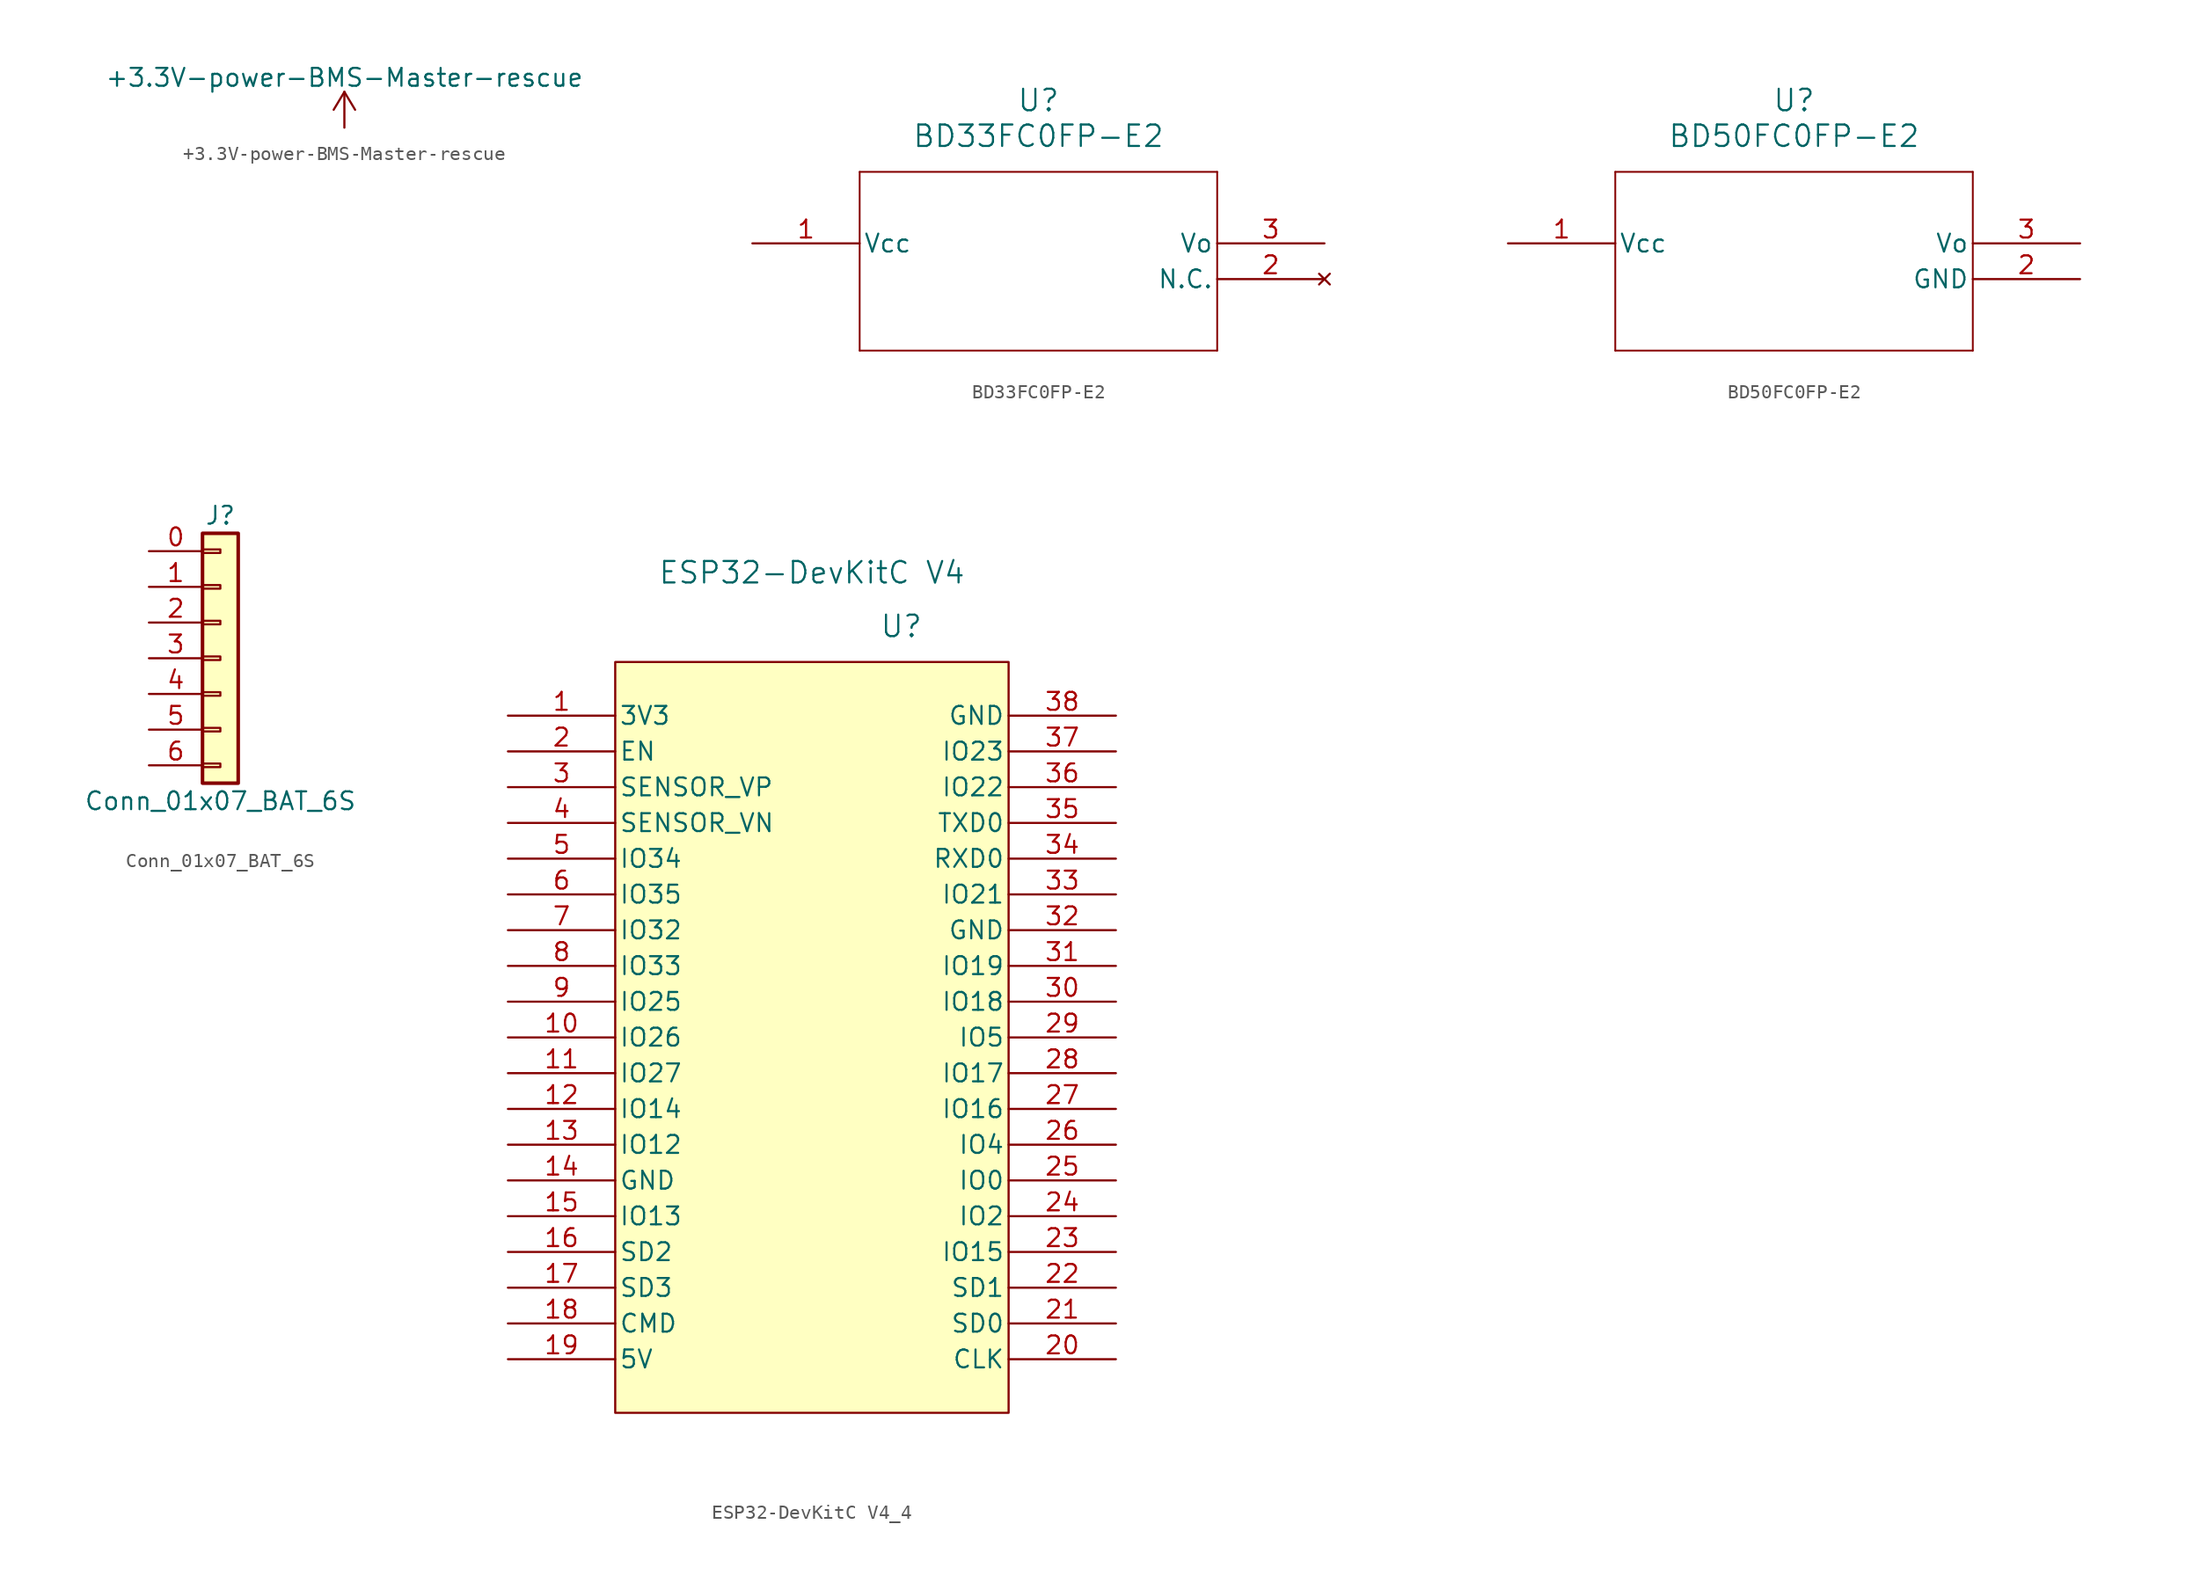
<source format=kicad_sym>
(kicad_symbol_lib
  (version 20231120)
  (generator "kicad_symbol_editor")
  (generator_version "8.0")
  (symbol "+3.3V-power-BMS-Master-rescue"
    (power)
    (pin_names
      (offset 0))
    (property "Reference" "#PWR"
      (at 0 -3.81 0)
      (effects (font (size 1.27 1.27)) (hide yes)))
    (property "Value" "+3.3V-power-BMS-Master-rescue"
      (at 0 3.556 0)
      (effects (font (size 1.27 1.27))))
    (symbol "+3.3V-power-BMS-Master-rescue_0_1"
      (polyline (pts (xy -0.762 1.27) (xy 0 2.54)) (stroke (width 0) (type solid)) (fill (type none)))
      (polyline (pts (xy 0 0) (xy 0 2.54)) (stroke (width 0) (type solid)) (fill (type none)))
      (polyline (pts (xy 0 2.54) (xy 0.762 1.27)) (stroke (width 0) (type solid)) (fill (type none))))
    (symbol "+3.3V-power-BMS-Master-rescue_1_1"
      (pin power_in line (at 0 0 90) (length 0) hide (name "+3V3" (effects (font (size 1.27 1.27)))) (number "1" (effects (font (size 1.27 1.27)))))))
  (symbol "BD33FC0FP-E2"
    (pin_names
      (offset 0.254))
    (property "Reference" "U"
      (at 20.32 10.16 0)
      (effects (font (size 1.524 1.524))))
    (property "Value" "BD33FC0FP-E2"
      (at 20.32 7.62 0)
      (effects (font (size 1.524 1.524))))
    (symbol "BD33FC0FP-E2_0_1"
      (polyline (pts (xy 7.62 -7.62) (xy 33.02 -7.62)) (stroke (width 0.127) (type default)) (fill (type none)))
      (polyline (pts (xy 7.62 5.08) (xy 7.62 -7.62)) (stroke (width 0.127) (type default)) (fill (type none)))
      (polyline (pts (xy 33.02 -7.62) (xy 33.02 5.08)) (stroke (width 0.127) (type default)) (fill (type none)))
      (polyline (pts (xy 33.02 5.08) (xy 7.62 5.08)) (stroke (width 0.127) (type default)) (fill (type none)))
      (pin power_in line (at 0 0 0) (length 7.62) (name "Vcc" (effects (font (size 1.27 1.27)))) (number "1" (effects (font (size 1.27 1.27)))))
      (pin no_connect line (at 40.64 -2.54 180) (length 7.62) (name "N.C." (effects (font (size 1.27 1.27)))) (number "2" (effects (font (size 1.27 1.27)))))
      (pin unspecified line (at 40.64 0 180) (length 7.62) (name "Vo" (effects (font (size 1.27 1.27)))) (number "3" (effects (font (size 1.27 1.27)))))))
  (symbol "BD50FC0FP-E2"
    (pin_names
      (offset 0.254))
    (property "Reference" "U"
      (at 20.32 10.16 0)
      (effects (font (size 1.524 1.524))))
    (property "Value" "BD50FC0FP-E2"
      (at 20.32 7.62 0)
      (effects (font (size 1.524 1.524))))
    (symbol "BD50FC0FP-E2_0_1"
      (polyline (pts (xy 7.62 -7.62) (xy 33.02 -7.62)) (stroke (width 0.127) (type default)) (fill (type none)))
      (polyline (pts (xy 7.62 5.08) (xy 7.62 -7.62)) (stroke (width 0.127) (type default)) (fill (type none)))
      (polyline (pts (xy 33.02 -7.62) (xy 33.02 5.08)) (stroke (width 0.127) (type default)) (fill (type none)))
      (polyline (pts (xy 33.02 5.08) (xy 7.62 5.08)) (stroke (width 0.127) (type default)) (fill (type none)))
      (pin power_in line (at 0 0 0) (length 7.62) (name "Vcc" (effects (font (size 1.27 1.27)))) (number "1" (effects (font (size 1.27 1.27)))))
      (pin unspecified line (at 40.64 0 180) (length 7.62) (name "Vo" (effects (font (size 1.27 1.27)))) (number "3" (effects (font (size 1.27 1.27))))))
    (symbol "BD50FC0FP-E2_1_1"
      (pin output line (at 40.64 -2.54 180) (length 7.62) (name "GND" (effects (font (size 1.27 1.27)))) (number "2" (effects (font (size 1.27 1.27)))))))
  (symbol "Conn_01x07_BAT_6S"
    (pin_names
      (offset 1.016) hide)
    (property "Reference" "J"
      (at 0 10.16 0)
      (effects (font (size 1.27 1.27))))
    (property "Value" "Conn_01x07_BAT_6S"
      (at 0 -10.16 0)
      (effects (font (size 1.27 1.27))))
    (symbol "Conn_01x07_BAT_6S_1_1"
      (rectangle (start -1.27 -7.493) (end 0 -7.747) (stroke (width 0.152) (type default)) (fill (type none)))
      (rectangle (start -1.27 -4.953) (end 0 -5.207) (stroke (width 0.152) (type default)) (fill (type none)))
      (rectangle (start -1.27 -2.413) (end 0 -2.667) (stroke (width 0.152) (type default)) (fill (type none)))
      (rectangle (start -1.27 0.127) (end 0 -0.127) (stroke (width 0.152) (type default)) (fill (type none)))
      (rectangle (start -1.27 2.667) (end 0 2.413) (stroke (width 0.152) (type default)) (fill (type none)))
      (rectangle (start -1.27 5.207) (end 0 4.953) (stroke (width 0.152) (type default)) (fill (type none)))
      (rectangle (start -1.27 7.747) (end 0 7.493) (stroke (width 0.152) (type default)) (fill (type none)))
      (rectangle (start -1.27 8.89) (end 1.27 -8.89) (stroke (width 0.254) (type default)) (fill (type background)))
      (pin passive line (at -5.08 7.62 0) (length 3.81) (name "Pin_1" (effects (font (size 1.27 1.27)))) (number "0" (effects (font (size 1.27 1.27)))))
      (pin passive line (at -5.08 5.08 0) (length 3.81) (name "Pin_2" (effects (font (size 1.27 1.27)))) (number "1" (effects (font (size 1.27 1.27)))))
      (pin passive line (at -5.08 2.54 0) (length 3.81) (name "Pin_3" (effects (font (size 1.27 1.27)))) (number "2" (effects (font (size 1.27 1.27)))))
      (pin passive line (at -5.08 0 0) (length 3.81) (name "Pin_4" (effects (font (size 1.27 1.27)))) (number "3" (effects (font (size 1.27 1.27)))))
      (pin passive line (at -5.08 -2.54 0) (length 3.81) (name "Pin_5" (effects (font (size 1.27 1.27)))) (number "4" (effects (font (size 1.27 1.27)))))
      (pin passive line (at -5.08 -5.08 0) (length 3.81) (name "Pin_6" (effects (font (size 1.27 1.27)))) (number "5" (effects (font (size 1.27 1.27)))))
      (pin passive line (at -5.08 -7.62 0) (length 3.81) (name "Pin_7" (effects (font (size 1.27 1.27)))) (number "6" (effects (font (size 1.27 1.27)))))))
  (symbol "ESP32-DevKitC V4_4"
    (pin_names
      (offset 0.254))
    (property "Reference" "U"
      (at 6.35 29.21 0)
      (effects (font (size 1.524 1.524))))
    (property "Value" "ESP32-DevKitC V4"
      (at 0 33.02 0)
      (effects (font (size 1.524 1.524))))
    (symbol "ESP32-DevKitC V4_4_0_1"
      (pin bidirectional line (at 21.59 -15.24 180) (length 7.62) (name "IO15" (effects (font (size 1.27 1.27)))) (number "23" (effects (font (size 1.27 1.27)))))
      (pin bidirectional line (at 21.59 -12.7 180) (length 7.62) (name "IO2" (effects (font (size 1.27 1.27)))) (number "24" (effects (font (size 1.27 1.27)))))
      (pin bidirectional line (at 21.59 -10.16 180) (length 7.62) (name "IO0" (effects (font (size 1.27 1.27)))) (number "25" (effects (font (size 1.27 1.27)))))
      (pin bidirectional line (at 21.59 -7.62 180) (length 7.62) (name "IO4" (effects (font (size 1.27 1.27)))) (number "26" (effects (font (size 1.27 1.27)))))
      (pin bidirectional line (at 21.59 -5.08 180) (length 7.62) (name "IO16" (effects (font (size 1.27 1.27)))) (number "27" (effects (font (size 1.27 1.27)))))
      (pin bidirectional line (at 21.59 -2.54 180) (length 7.62) (name "IO17" (effects (font (size 1.27 1.27)))) (number "28" (effects (font (size 1.27 1.27)))))
      (pin bidirectional line (at 21.59 0 180) (length 7.62) (name "IO5" (effects (font (size 1.27 1.27)))) (number "29" (effects (font (size 1.27 1.27)))))
      (pin bidirectional line (at 21.59 2.54 180) (length 7.62) (name "IO18" (effects (font (size 1.27 1.27)))) (number "30" (effects (font (size 1.27 1.27)))))
      (pin bidirectional line (at 21.59 5.08 180) (length 7.62) (name "IO19" (effects (font (size 1.27 1.27)))) (number "31" (effects (font (size 1.27 1.27)))))
      (pin bidirectional line (at 21.59 10.16 180) (length 7.62) (name "IO21" (effects (font (size 1.27 1.27)))) (number "33" (effects (font (size 1.27 1.27)))))
      (pin bidirectional line (at 21.59 12.7 180) (length 7.62) (name "RXD0" (effects (font (size 1.27 1.27)))) (number "34" (effects (font (size 1.27 1.27)))))
      (pin bidirectional line (at 21.59 15.24 180) (length 7.62) (name "TXD0" (effects (font (size 1.27 1.27)))) (number "35" (effects (font (size 1.27 1.27)))))
      (pin bidirectional line (at 21.59 17.78 180) (length 7.62) (name "IO22" (effects (font (size 1.27 1.27)))) (number "36" (effects (font (size 1.27 1.27)))))
      (pin bidirectional line (at 21.59 20.32 180) (length 7.62) (name "IO23" (effects (font (size 1.27 1.27)))) (number "37" (effects (font (size 1.27 1.27)))))
      (pin bidirectional line (at 21.59 22.86 180) (length 7.62) (name "GND" (effects (font (size 1.27 1.27)))) (number "38" (effects (font (size 1.27 1.27))))))
    (symbol "ESP32-DevKitC V4_4_1_1"
      (rectangle (start -13.97 26.67) (end 13.97 -26.67) (stroke (width 0) (type default)) (fill (type background)))
      (pin power_in line (at -21.59 22.86 0) (length 7.62) (name "3V3" (effects (font (size 1.27 1.27)))) (number "1" (effects (font (size 1.27 1.27)))))
      (pin bidirectional line (at -21.59 0 0) (length 7.62) (name "IO26" (effects (font (size 1.27 1.27)))) (number "10" (effects (font (size 1.27 1.27)))))
      (pin bidirectional line (at -21.59 -2.54 0) (length 7.62) (name "IO27" (effects (font (size 1.27 1.27)))) (number "11" (effects (font (size 1.27 1.27)))))
      (pin bidirectional line (at -21.59 -5.08 0) (length 7.62) (name "IO14" (effects (font (size 1.27 1.27)))) (number "12" (effects (font (size 1.27 1.27)))))
      (pin bidirectional line (at -21.59 -7.62 0) (length 7.62) (name "IO12" (effects (font (size 1.27 1.27)))) (number "13" (effects (font (size 1.27 1.27)))))
      (pin bidirectional line (at -21.59 -10.16 0) (length 7.62) (name "GND" (effects (font (size 1.27 1.27)))) (number "14" (effects (font (size 1.27 1.27)))))
      (pin bidirectional line (at -21.59 -12.7 0) (length 7.62) (name "IO13" (effects (font (size 1.27 1.27)))) (number "15" (effects (font (size 1.27 1.27)))))
      (pin bidirectional line (at -21.59 -15.24 0) (length 7.62) (name "SD2" (effects (font (size 1.27 1.27)))) (number "16" (effects (font (size 1.27 1.27)))))
      (pin bidirectional line (at -21.59 -17.78 0) (length 7.62) (name "SD3" (effects (font (size 1.27 1.27)))) (number "17" (effects (font (size 1.27 1.27)))))
      (pin bidirectional line (at -21.59 -20.32 0) (length 7.62) (name "CMD" (effects (font (size 1.27 1.27)))) (number "18" (effects (font (size 1.27 1.27)))))
      (pin power_out line (at -21.59 -22.86 0) (length 7.62) (name "5V" (effects (font (size 1.27 1.27)))) (number "19" (effects (font (size 1.27 1.27)))))
      (pin input line (at -21.59 20.32 0) (length 7.62) (name "EN" (effects (font (size 1.27 1.27)))) (number "2" (effects (font (size 1.27 1.27)))))
      (pin bidirectional line (at 21.59 -22.86 180) (length 7.62) (name "CLK" (effects (font (size 1.27 1.27)))) (number "20" (effects (font (size 1.27 1.27)))))
      (pin bidirectional line (at 21.59 -20.32 180) (length 7.62) (name "SD0" (effects (font (size 1.27 1.27)))) (number "21" (effects (font (size 1.27 1.27)))))
      (pin bidirectional line (at 21.59 -17.78 180) (length 7.62) (name "SD1" (effects (font (size 1.27 1.27)))) (number "22" (effects (font (size 1.27 1.27)))))
      (pin bidirectional line (at -21.59 17.78 0) (length 7.62) (name "SENSOR_VP" (effects (font (size 1.27 1.27)))) (number "3" (effects (font (size 1.27 1.27)))))
      (pin bidirectional line (at 21.59 7.62 180) (length 7.62) (name "GND" (effects (font (size 1.27 1.27)))) (number "32" (effects (font (size 1.27 1.27)))))
      (pin bidirectional line (at -21.59 15.24 0) (length 7.62) (name "SENSOR_VN" (effects (font (size 1.27 1.27)))) (number "4" (effects (font (size 1.27 1.27)))))
      (pin bidirectional line (at -21.59 12.7 0) (length 7.62) (name "IO34" (effects (font (size 1.27 1.27)))) (number "5" (effects (font (size 1.27 1.27)))))
      (pin bidirectional line (at -21.59 10.16 0) (length 7.62) (name "IO35" (effects (font (size 1.27 1.27)))) (number "6" (effects (font (size 1.27 1.27)))))
      (pin bidirectional line (at -21.59 7.62 0) (length 7.62) (name "IO32" (effects (font (size 1.27 1.27)))) (number "7" (effects (font (size 1.27 1.27)))))
      (pin bidirectional line (at -21.59 5.08 0) (length 7.62) (name "IO33" (effects (font (size 1.27 1.27)))) (number "8" (effects (font (size 1.27 1.27)))))
      (pin bidirectional line (at -21.59 2.54 0) (length 7.62) (name "IO25" (effects (font (size 1.27 1.27)))) (number "9" (effects (font (size 1.27 1.27))))))))
</source>
